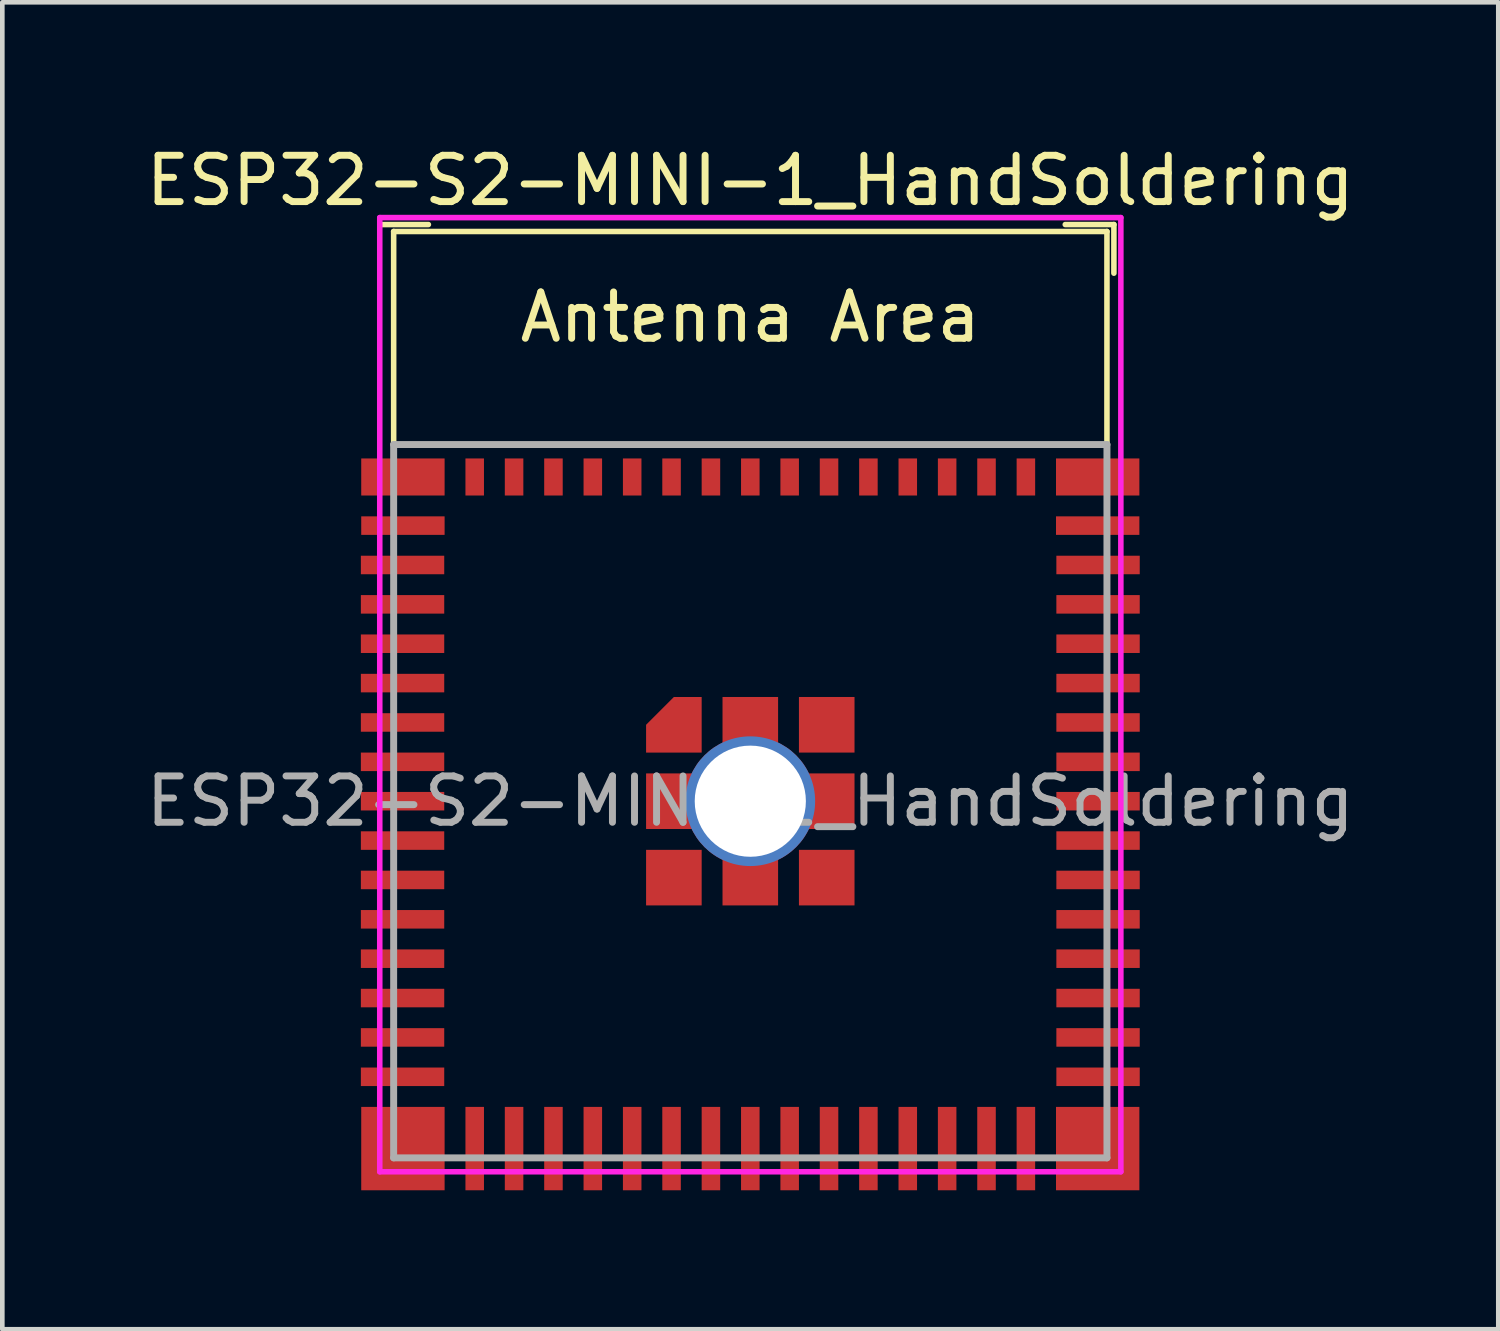
<source format=kicad_pcb>
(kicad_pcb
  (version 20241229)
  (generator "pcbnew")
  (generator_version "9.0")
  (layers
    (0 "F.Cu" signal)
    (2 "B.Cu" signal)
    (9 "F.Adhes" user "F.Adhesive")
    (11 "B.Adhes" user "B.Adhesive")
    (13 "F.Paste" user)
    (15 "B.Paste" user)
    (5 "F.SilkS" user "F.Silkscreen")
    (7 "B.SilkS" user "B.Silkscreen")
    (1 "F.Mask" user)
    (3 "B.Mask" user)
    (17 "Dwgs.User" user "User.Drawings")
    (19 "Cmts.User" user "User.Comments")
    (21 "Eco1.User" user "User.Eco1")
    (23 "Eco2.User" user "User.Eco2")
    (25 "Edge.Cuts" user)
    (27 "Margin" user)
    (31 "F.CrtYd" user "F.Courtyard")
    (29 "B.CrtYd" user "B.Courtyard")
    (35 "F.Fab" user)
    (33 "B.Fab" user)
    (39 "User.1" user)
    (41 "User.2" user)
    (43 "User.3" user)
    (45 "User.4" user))
  (footprint "ESP32-S2-MINI-1_HandSoldering"
    (layer "F.Cu")
    (at 13.149 14.248)
    (property "Reference" "ESP32-S2-MINI-1_HandSoldering" (at 0 -13.4 0) (layer "F.SilkS") (effects (font (size 1 1) (thickness 0.15))))
    (attr smd)
    (fp_line (start -8 -12.45) (end -6.95 -12.45) (stroke (width 0.12) (type solid)) (layer "F.SilkS"))
    (fp_line (start -7.7 -12.3) (end -7.7 -7.7) (stroke (width 0.12) (type solid)) (layer "F.SilkS"))
    (fp_line (start -7.7 -12.3) (end 7.7 -12.3) (stroke (width 0.12) (type solid)) (layer "F.SilkS"))
    (fp_line (start 6.8 -12.45) (end 7.85 -12.45) (stroke (width 0.12) (type solid)) (layer "F.SilkS"))
    (fp_line (start 7.7 -12.3) (end 7.7 -7.7) (stroke (width 0.12) (type solid)) (layer "F.SilkS"))
    (fp_line (start 7.85 -12.45) (end 7.85 -11.4) (stroke (width 0.12) (type solid)) (layer "F.SilkS"))
    (fp_line (start -8 -12.6) (end -8 8) (stroke (width 0.12) (type solid)) (layer "F.CrtYd"))
    (fp_line (start -8 8) (end 8 8) (stroke (width 0.12) (type solid)) (layer "F.CrtYd"))
    (fp_line (start 8 -12.6) (end -8 -12.6) (stroke (width 0.12) (type solid)) (layer "F.CrtYd"))
    (fp_line (start 8 8) (end 8 -12.6) (stroke (width 0.12) (type solid)) (layer "F.CrtYd"))
    (fp_line (start -7.7 -7.7) (end -7.7 7.7) (stroke (width 0.15) (type solid)) (layer "F.Fab"))
    (fp_line (start -7.7 7.7) (end 7.7 7.7) (stroke (width 0.15) (type solid)) (layer "F.Fab"))
    (fp_line (start 7.7 -7.7) (end -7.7 -7.7) (stroke (width 0.15) (type solid)) (layer "F.Fab"))
    (fp_line (start 7.7 7.7) (end 7.7 -7.7) (stroke (width 0.15) (type solid)) (layer "F.Fab"))
    (fp_text user "Antenna Area" (at 0 -10.45 0) (layer "F.SilkS") (effects (font (size 1 1) (thickness 0.15))))
    (fp_text user "${REFERENCE}" (at 0 0 0) (layer "F.Fab") (effects (font (size 1 1) (thickness 0.15))))
    (pad "1" smd rect (at -7.5 -5.95 90) (size 0.4 1.8) (layers "F.Cu" "F.Mask" "F.Paste"))
    (pad "2" smd rect (at -7.508 -5.1 90) (size 0.4 1.8) (layers "F.Cu" "F.Mask" "F.Paste"))
    (pad "3" smd rect (at -7.508 -4.25 90) (size 0.4 1.8) (layers "F.Cu" "F.Mask" "F.Paste"))
    (pad "4" smd rect (at -7.508 -3.4 90) (size 0.4 1.8) (layers "F.Cu" "F.Mask" "F.Paste"))
    (pad "5" smd rect (at -7.508 -2.55 90) (size 0.4 1.8) (layers "F.Cu" "F.Mask" "F.Paste"))
    (pad "6" smd rect (at -7.508 -1.7 90) (size 0.4 1.8) (layers "F.Cu" "F.Mask" "F.Paste"))
    (pad "7" smd rect (at -7.508 -0.85 90) (size 0.4 1.8) (layers "F.Cu" "F.Mask" "F.Paste"))
    (pad "8" smd rect (at -7.508 0 90) (size 0.4 1.8) (layers "F.Cu" "F.Mask" "F.Paste"))
    (pad "9" smd rect (at -7.508 0.85 90) (size 0.4 1.8) (layers "F.Cu" "F.Mask" "F.Paste"))
    (pad "10" smd rect (at -7.508 1.7 90) (size 0.4 1.8) (layers "F.Cu" "F.Mask" "F.Paste"))
    (pad "11" smd rect (at -7.508 2.55 90) (size 0.4 1.8) (layers "F.Cu" "F.Mask" "F.Paste"))
    (pad "12" smd rect (at -7.508 3.4 90) (size 0.4 1.8) (layers "F.Cu" "F.Mask" "F.Paste"))
    (pad "13" smd rect (at -7.508 4.25 90) (size 0.4 1.8) (layers "F.Cu" "F.Mask" "F.Paste"))
    (pad "14" smd rect (at -7.508 5.1 90) (size 0.4 1.8) (layers "F.Cu" "F.Mask" "F.Paste"))
    (pad "15" smd rect (at -7.508 5.95 90) (size 0.4 1.8) (layers "F.Cu" "F.Mask" "F.Paste"))
    (pad "16" smd rect (at -5.95 7.5) (size 0.4 1.8) (layers "F.Cu" "F.Mask" "F.Paste"))
    (pad "17" smd rect (at -5.1 7.5) (size 0.4 1.8) (layers "F.Cu" "F.Mask" "F.Paste"))
    (pad "18" smd rect (at -4.25 7.5) (size 0.4 1.8) (layers "F.Cu" "F.Mask" "F.Paste"))
    (pad "19" smd rect (at -3.4 7.5) (size 0.4 1.8) (layers "F.Cu" "F.Mask" "F.Paste"))
    (pad "20" smd rect (at -2.55 7.5) (size 0.4 1.8) (layers "F.Cu" "F.Mask" "F.Paste"))
    (pad "21" smd rect (at -1.7 7.5) (size 0.4 1.8) (layers "F.Cu" "F.Mask" "F.Paste"))
    (pad "22" smd rect (at -0.85 7.5) (size 0.4 1.8) (layers "F.Cu" "F.Mask" "F.Paste"))
    (pad "23" smd rect (at 0 7.5) (size 0.4 1.8) (layers "F.Cu" "F.Mask" "F.Paste"))
    (pad "24" smd rect (at 0.85 7.5) (size 0.4 1.8) (layers "F.Cu" "F.Mask" "F.Paste"))
    (pad "25" smd rect (at 1.7 7.5) (size 0.4 1.8) (layers "F.Cu" "F.Mask" "F.Paste"))
    (pad "26" smd rect (at 2.55 7.5) (size 0.4 1.8) (layers "F.Cu" "F.Mask" "F.Paste"))
    (pad "27" smd rect (at 3.4 7.5) (size 0.4 1.8) (layers "F.Cu" "F.Mask" "F.Paste"))
    (pad "28" smd rect (at 4.25 7.5) (size 0.4 1.8) (layers "F.Cu" "F.Mask" "F.Paste"))
    (pad "29" smd rect (at 5.1 7.5) (size 0.4 1.8) (layers "F.Cu" "F.Mask" "F.Paste"))
    (pad "30" smd rect (at 5.95 7.5) (size 0.4 1.8) (layers "F.Cu" "F.Mask" "F.Paste"))
    (pad "31" smd rect (at 7.508 5.95 90) (size 0.4 1.8) (layers "F.Cu" "F.Mask" "F.Paste"))
    (pad "32" smd rect (at 7.508 5.1 90) (size 0.4 1.8) (layers "F.Cu" "F.Mask" "F.Paste"))
    (pad "33" smd rect (at 7.508 4.25 90) (size 0.4 1.8) (layers "F.Cu" "F.Mask" "F.Paste"))
    (pad "34" smd rect (at 7.508 3.4 90) (size 0.4 1.8) (layers "F.Cu" "F.Mask" "F.Paste"))
    (pad "35" smd rect (at 7.508 2.55 90) (size 0.4 1.8) (layers "F.Cu" "F.Mask" "F.Paste"))
    (pad "36" smd rect (at 7.508 1.7 90) (size 0.4 1.8) (layers "F.Cu" "F.Mask" "F.Paste"))
    (pad "37" smd rect (at 7.508 0.85 90) (size 0.4 1.8) (layers "F.Cu" "F.Mask" "F.Paste"))
    (pad "38" smd rect (at 7.508 0 90) (size 0.4 1.8) (layers "F.Cu" "F.Mask" "F.Paste"))
    (pad "39" smd rect (at 7.508 -0.85 90) (size 0.4 1.8) (layers "F.Cu" "F.Mask" "F.Paste"))
    (pad "40" smd rect (at 7.508 -1.7 90) (size 0.4 1.8) (layers "F.Cu" "F.Mask" "F.Paste"))
    (pad "41" smd rect (at 7.508 -2.55 90) (size 0.4 1.8) (layers "F.Cu" "F.Mask" "F.Paste"))
    (pad "42" smd rect (at 7.508 -3.4 90) (size 0.4 1.8) (layers "F.Cu" "F.Mask" "F.Paste"))
    (pad "43" smd rect (at 7.508 -4.25 90) (size 0.4 1.8) (layers "F.Cu" "F.Mask" "F.Paste"))
    (pad "44" smd rect (at 7.508 -5.1 90) (size 0.4 1.8) (layers "F.Cu" "F.Mask" "F.Paste"))
    (pad "45" smd rect (at 7.5 -5.95 90) (size 0.4 1.8) (layers "F.Cu" "F.Mask" "F.Paste"))
    (pad "46" smd rect (at 5.95 -7) (size 0.4 0.8) (layers "F.Cu" "F.Mask" "F.Paste"))
    (pad "47" smd rect (at 5.1 -7) (size 0.4 0.8) (layers "F.Cu" "F.Mask" "F.Paste"))
    (pad "48" smd rect (at 4.25 -7) (size 0.4 0.8) (layers "F.Cu" "F.Mask" "F.Paste"))
    (pad "49" smd rect (at 3.4 -7) (size 0.4 0.8) (layers "F.Cu" "F.Mask" "F.Paste"))
    (pad "50" smd rect (at 2.55 -7) (size 0.4 0.8) (layers "F.Cu" "F.Mask" "F.Paste"))
    (pad "51" smd rect (at 1.7 -7) (size 0.4 0.8) (layers "F.Cu" "F.Mask" "F.Paste"))
    (pad "52" smd rect (at 0.85 -7) (size 0.4 0.8) (layers "F.Cu" "F.Mask" "F.Paste"))
    (pad "53" smd rect (at 0 -7) (size 0.4 0.8) (layers "F.Cu" "F.Mask" "F.Paste"))
    (pad "54" smd rect (at -0.85 -7) (size 0.4 0.8) (layers "F.Cu" "F.Mask" "F.Paste"))
    (pad "55" smd rect (at -1.7 -7) (size 0.4 0.8) (layers "F.Cu" "F.Mask" "F.Paste"))
    (pad "56" smd rect (at -2.55 -7) (size 0.4 0.8) (layers "F.Cu" "F.Mask" "F.Paste"))
    (pad "57" smd rect (at -3.4 -7) (size 0.4 0.8) (layers "F.Cu" "F.Mask" "F.Paste"))
    (pad "58" smd rect (at -4.25 -7) (size 0.4 0.8) (layers "F.Cu" "F.Mask" "F.Paste"))
    (pad "59" smd rect (at -5.1 -7) (size 0.4 0.8) (layers "F.Cu" "F.Mask" "F.Paste"))
    (pad "60" smd rect (at -5.95 -7) (size 0.4 0.8) (layers "F.Cu" "F.Mask" "F.Paste"))
    (pad "61" smd custom (at -1.65 -1.65) (size 0.6 0.6) (layers "F.Cu" "F.Mask" "F.Paste") (options (anchor rect)) (primitives (gr_poly (pts (xy -0.6 0.6) (xy 0.6 0.6) (xy 0.6 -0.6) (xy 0 -0.6) (xy -0.6 0)) (width 0) (fill yes))))
    (pad "61" smd rect (at -1.65 0) (size 1.2 1.2) (layers "F.Cu" "F.Mask" "F.Paste"))
    (pad "61" smd rect (at -1.65 1.65) (size 1.2 1.2) (layers "F.Cu" "F.Mask" "F.Paste"))
    (pad "61" smd rect (at 0 -1.65) (size 1.2 1.2) (layers "F.Cu" "F.Mask" "F.Paste"))
    (pad "61" thru_hole circle (at 0 0) (size 2.8 2.8) (drill 2.4) (layers "*.Cu" "*.Mask"))
    (pad "61" smd rect (at 0 1.65) (size 1.2 1.2) (layers "F.Cu" "F.Mask" "F.Paste"))
    (pad "61" smd rect (at 1.65 -1.65) (size 1.2 1.2) (layers "F.Cu" "F.Mask" "F.Paste"))
    (pad "61" smd rect (at 1.65 0) (size 1.2 1.2) (layers "F.Cu" "F.Mask" "F.Paste"))
    (pad "61" smd rect (at 1.65 1.65) (size 1.2 1.2) (layers "F.Cu" "F.Mask" "F.Paste"))
    (pad "62" smd rect (at -7.5 -7 180) (size 1.8 0.8) (layers "F.Cu" "F.Mask" "F.Paste"))
    (pad "63" smd rect (at -7.5 7.5 180) (size 1.8 1.8) (layers "F.Cu" "F.Mask" "F.Paste"))
    (pad "64" smd rect (at 7.5 7.5 180) (size 1.8 1.8) (layers "F.Cu" "F.Mask" "F.Paste"))
    (pad "65" smd rect (at 7.5 -7 180) (size 1.8 0.8) (layers "F.Cu" "F.Mask" "F.Paste")))
  (gr_rect
    (start -3 -3)
    (end 29.298 25.648)
    (stroke (width 0.1) (type default))
    (fill no)
    (layer "Edge.Cuts")))
</source>
